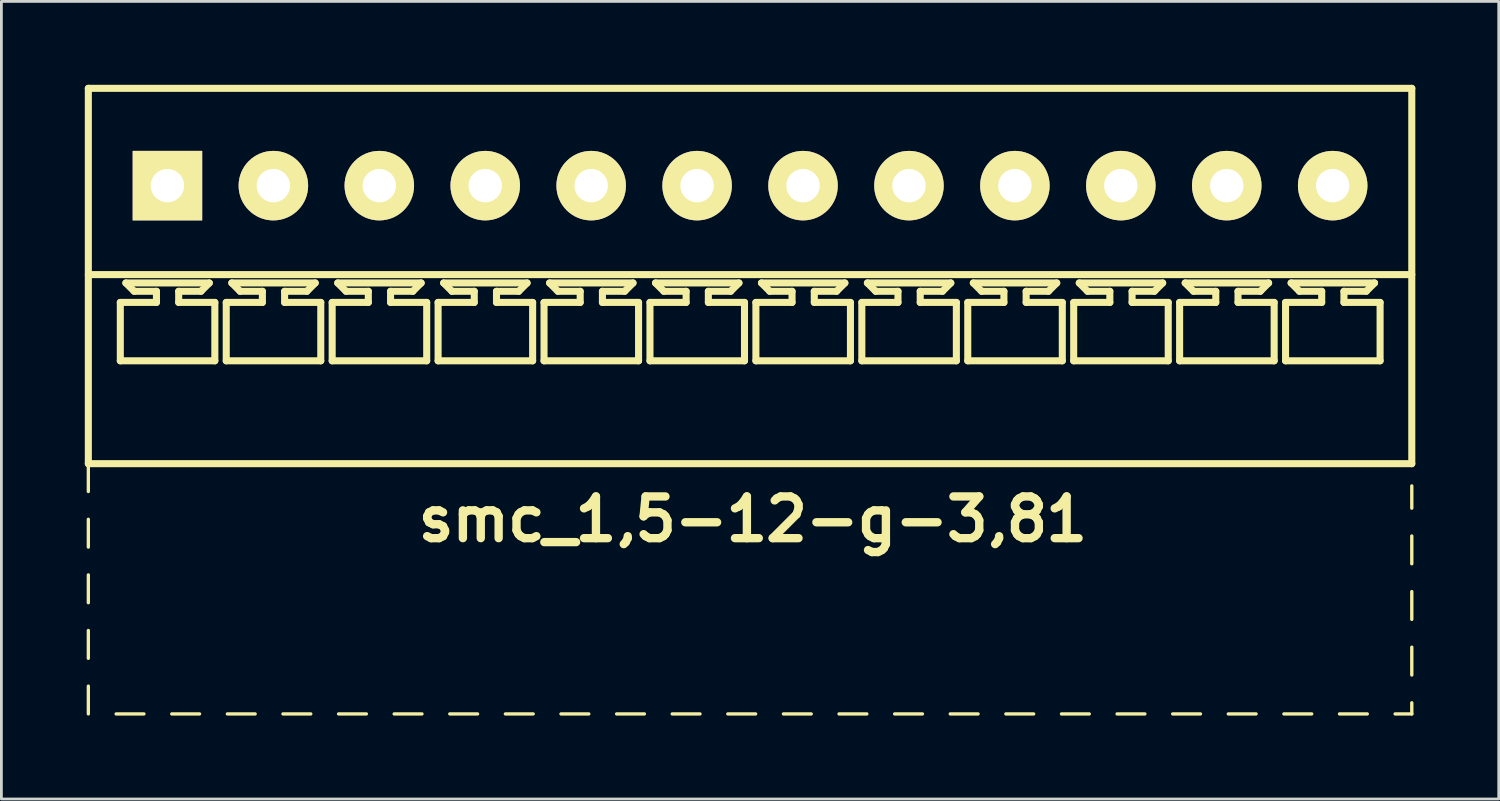
<source format=kicad_pcb>
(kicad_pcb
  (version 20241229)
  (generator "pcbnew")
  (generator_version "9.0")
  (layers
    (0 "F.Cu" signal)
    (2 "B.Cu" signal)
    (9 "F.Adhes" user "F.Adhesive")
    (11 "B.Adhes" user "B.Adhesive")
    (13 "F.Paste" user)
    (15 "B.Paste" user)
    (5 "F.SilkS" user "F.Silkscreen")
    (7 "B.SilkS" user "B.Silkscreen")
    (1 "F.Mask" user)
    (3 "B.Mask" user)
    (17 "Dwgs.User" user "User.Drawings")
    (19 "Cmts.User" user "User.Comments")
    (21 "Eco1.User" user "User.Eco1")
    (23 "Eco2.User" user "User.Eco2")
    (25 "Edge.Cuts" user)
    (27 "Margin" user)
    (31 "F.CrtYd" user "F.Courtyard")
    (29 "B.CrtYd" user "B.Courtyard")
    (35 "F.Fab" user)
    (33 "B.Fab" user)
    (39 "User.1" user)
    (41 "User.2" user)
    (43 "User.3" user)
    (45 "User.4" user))
  (footprint "smc_1,5-12-g-3,81"
    (layer "F.Cu")
    (at 23.927 3.627)
    (property "Reference" "smc_1,5-12-g-3,81" (at 0.1 12 0) (layer "F.SilkS") (effects (font (size 1.5 1.5) (thickness 0.3))))
    (attr through_hole)
    (fp_line (start -23.8 -3.5) (end -23.8 10) (stroke (width 0.254) (type solid)) (layer "F.SilkS"))
    (fp_line (start -23.8 -3.5) (end 23.8 -3.5) (stroke (width 0.254) (type solid)) (layer "F.SilkS"))
    (fp_line (start -23.8 3.2) (end 23.8 3.2) (stroke (width 0.254) (type solid)) (layer "F.SilkS"))
    (fp_line (start -23.8 10) (end -23.8 11) (stroke (width 0.12) (type solid)) (layer "F.SilkS"))
    (fp_line (start -23.8 10) (end 23.8 10) (stroke (width 0.254) (type solid)) (layer "F.SilkS"))
    (fp_line (start -23.8 12) (end -23.8 13) (stroke (width 0.12) (type solid)) (layer "F.SilkS"))
    (fp_line (start -23.8 14) (end -23.8 15) (stroke (width 0.12) (type solid)) (layer "F.SilkS"))
    (fp_line (start -23.8 16) (end -23.8 17) (stroke (width 0.12) (type solid)) (layer "F.SilkS"))
    (fp_line (start -23.8 18) (end -23.8 19) (stroke (width 0.12) (type solid)) (layer "F.SilkS"))
    (fp_line (start -22.8 19) (end -21.8 19) (stroke (width 0.12) (type solid)) (layer "F.SilkS"))
    (fp_line (start -22.65 4.2) (end -21.35 4.2) (stroke (width 0.254) (type solid)) (layer "F.SilkS"))
    (fp_line (start -22.65 6.3) (end -22.65 4.2) (stroke (width 0.254) (type solid)) (layer "F.SilkS"))
    (fp_line (start -22.45 3.5) (end -19.45 3.5) (stroke (width 0.254) (type solid)) (layer "F.SilkS"))
    (fp_line (start -22.15 3.8) (end -22.45 3.5) (stroke (width 0.254) (type solid)) (layer "F.SilkS"))
    (fp_line (start -21.35 3.8) (end -22.15 3.8) (stroke (width 0.254) (type solid)) (layer "F.SilkS"))
    (fp_line (start -21.35 4.2) (end -21.35 3.8) (stroke (width 0.254) (type solid)) (layer "F.SilkS"))
    (fp_line (start -20.8 19) (end -19.8 19) (stroke (width 0.12) (type solid)) (layer "F.SilkS"))
    (fp_line (start -20.55 3.8) (end -20.55 4.2) (stroke (width 0.254) (type solid)) (layer "F.SilkS"))
    (fp_line (start -20.55 4.2) (end -19.25 4.2) (stroke (width 0.254) (type solid)) (layer "F.SilkS"))
    (fp_line (start -19.75 3.8) (end -20.55 3.8) (stroke (width 0.254) (type solid)) (layer "F.SilkS"))
    (fp_line (start -19.75 3.8) (end -19.45 3.5) (stroke (width 0.254) (type solid)) (layer "F.SilkS"))
    (fp_line (start -19.25 4.2) (end -19.25 6.3) (stroke (width 0.254) (type solid)) (layer "F.SilkS"))
    (fp_line (start -19.25 6.3) (end -22.65 6.3) (stroke (width 0.254) (type solid)) (layer "F.SilkS"))
    (fp_line (start -18.84 4.2) (end -17.54 4.2) (stroke (width 0.254) (type solid)) (layer "F.SilkS"))
    (fp_line (start -18.84 6.3) (end -18.84 4.2) (stroke (width 0.254) (type solid)) (layer "F.SilkS"))
    (fp_line (start -18.8 19) (end -17.8 19) (stroke (width 0.12) (type solid)) (layer "F.SilkS"))
    (fp_line (start -18.64 3.5) (end -15.64 3.5) (stroke (width 0.254) (type solid)) (layer "F.SilkS"))
    (fp_line (start -18.34 3.8) (end -18.64 3.5) (stroke (width 0.254) (type solid)) (layer "F.SilkS"))
    (fp_line (start -17.54 3.8) (end -18.34 3.8) (stroke (width 0.254) (type solid)) (layer "F.SilkS"))
    (fp_line (start -17.54 4.2) (end -17.54 3.8) (stroke (width 0.254) (type solid)) (layer "F.SilkS"))
    (fp_line (start -16.8 19) (end -15.8 19) (stroke (width 0.12) (type solid)) (layer "F.SilkS"))
    (fp_line (start -16.74 3.8) (end -16.74 4.2) (stroke (width 0.254) (type solid)) (layer "F.SilkS"))
    (fp_line (start -16.74 4.2) (end -15.44 4.2) (stroke (width 0.254) (type solid)) (layer "F.SilkS"))
    (fp_line (start -15.94 3.8) (end -16.74 3.8) (stroke (width 0.254) (type solid)) (layer "F.SilkS"))
    (fp_line (start -15.94 3.8) (end -15.64 3.5) (stroke (width 0.254) (type solid)) (layer "F.SilkS"))
    (fp_line (start -15.44 4.2) (end -15.44 6.3) (stroke (width 0.254) (type solid)) (layer "F.SilkS"))
    (fp_line (start -15.44 6.3) (end -18.84 6.3) (stroke (width 0.254) (type solid)) (layer "F.SilkS"))
    (fp_line (start -15.03 4.2) (end -13.73 4.2) (stroke (width 0.254) (type solid)) (layer "F.SilkS"))
    (fp_line (start -15.03 6.3) (end -15.03 4.2) (stroke (width 0.254) (type solid)) (layer "F.SilkS"))
    (fp_line (start -14.83 3.5) (end -11.83 3.5) (stroke (width 0.254) (type solid)) (layer "F.SilkS"))
    (fp_line (start -14.8 19) (end -13.8 19) (stroke (width 0.12) (type solid)) (layer "F.SilkS"))
    (fp_line (start -14.53 3.8) (end -14.83 3.5) (stroke (width 0.254) (type solid)) (layer "F.SilkS"))
    (fp_line (start -13.73 3.8) (end -14.53 3.8) (stroke (width 0.254) (type solid)) (layer "F.SilkS"))
    (fp_line (start -13.73 4.2) (end -13.73 3.8) (stroke (width 0.254) (type solid)) (layer "F.SilkS"))
    (fp_line (start -12.93 3.8) (end -12.93 4.2) (stroke (width 0.254) (type solid)) (layer "F.SilkS"))
    (fp_line (start -12.93 4.2) (end -11.63 4.2) (stroke (width 0.254) (type solid)) (layer "F.SilkS"))
    (fp_line (start -12.8 19) (end -11.8 19) (stroke (width 0.12) (type solid)) (layer "F.SilkS"))
    (fp_line (start -12.13 3.8) (end -12.93 3.8) (stroke (width 0.254) (type solid)) (layer "F.SilkS"))
    (fp_line (start -12.13 3.8) (end -11.83 3.5) (stroke (width 0.254) (type solid)) (layer "F.SilkS"))
    (fp_line (start -11.63 4.2) (end -11.63 6.3) (stroke (width 0.254) (type solid)) (layer "F.SilkS"))
    (fp_line (start -11.63 6.3) (end -15.03 6.3) (stroke (width 0.254) (type solid)) (layer "F.SilkS"))
    (fp_line (start -11.22 4.2) (end -9.92 4.2) (stroke (width 0.254) (type solid)) (layer "F.SilkS"))
    (fp_line (start -11.22 6.3) (end -11.22 4.2) (stroke (width 0.254) (type solid)) (layer "F.SilkS"))
    (fp_line (start -11.02 3.5) (end -8.02 3.5) (stroke (width 0.254) (type solid)) (layer "F.SilkS"))
    (fp_line (start -10.8 19) (end -9.8 19) (stroke (width 0.12) (type solid)) (layer "F.SilkS"))
    (fp_line (start -10.72 3.8) (end -11.02 3.5) (stroke (width 0.254) (type solid)) (layer "F.SilkS"))
    (fp_line (start -9.92 3.8) (end -10.72 3.8) (stroke (width 0.254) (type solid)) (layer "F.SilkS"))
    (fp_line (start -9.92 4.2) (end -9.92 3.8) (stroke (width 0.254) (type solid)) (layer "F.SilkS"))
    (fp_line (start -9.12 3.8) (end -9.12 4.2) (stroke (width 0.254) (type solid)) (layer "F.SilkS"))
    (fp_line (start -9.12 4.2) (end -7.82 4.2) (stroke (width 0.254) (type solid)) (layer "F.SilkS"))
    (fp_line (start -8.8 19) (end -7.8 19) (stroke (width 0.12) (type solid)) (layer "F.SilkS"))
    (fp_line (start -8.32 3.8) (end -9.12 3.8) (stroke (width 0.254) (type solid)) (layer "F.SilkS"))
    (fp_line (start -8.32 3.8) (end -8.02 3.5) (stroke (width 0.254) (type solid)) (layer "F.SilkS"))
    (fp_line (start -7.82 4.2) (end -7.82 6.3) (stroke (width 0.254) (type solid)) (layer "F.SilkS"))
    (fp_line (start -7.82 6.3) (end -11.22 6.3) (stroke (width 0.254) (type solid)) (layer "F.SilkS"))
    (fp_line (start -7.41 4.2) (end -6.11 4.2) (stroke (width 0.254) (type solid)) (layer "F.SilkS"))
    (fp_line (start -7.41 6.3) (end -7.41 4.2) (stroke (width 0.254) (type solid)) (layer "F.SilkS"))
    (fp_line (start -7.21 3.5) (end -4.21 3.5) (stroke (width 0.254) (type solid)) (layer "F.SilkS"))
    (fp_line (start -6.91 3.8) (end -7.21 3.5) (stroke (width 0.254) (type solid)) (layer "F.SilkS"))
    (fp_line (start -6.8 19) (end -5.8 19) (stroke (width 0.12) (type solid)) (layer "F.SilkS"))
    (fp_line (start -6.11 3.8) (end -6.91 3.8) (stroke (width 0.254) (type solid)) (layer "F.SilkS"))
    (fp_line (start -6.11 4.2) (end -6.11 3.8) (stroke (width 0.254) (type solid)) (layer "F.SilkS"))
    (fp_line (start -5.31 3.8) (end -5.31 4.2) (stroke (width 0.254) (type solid)) (layer "F.SilkS"))
    (fp_line (start -5.31 4.2) (end -4.01 4.2) (stroke (width 0.254) (type solid)) (layer "F.SilkS"))
    (fp_line (start -4.8 19) (end -3.8 19) (stroke (width 0.12) (type solid)) (layer "F.SilkS"))
    (fp_line (start -4.51 3.8) (end -5.31 3.8) (stroke (width 0.254) (type solid)) (layer "F.SilkS"))
    (fp_line (start -4.51 3.8) (end -4.21 3.5) (stroke (width 0.254) (type solid)) (layer "F.SilkS"))
    (fp_line (start -4.01 4.2) (end -4.01 6.3) (stroke (width 0.254) (type solid)) (layer "F.SilkS"))
    (fp_line (start -4.01 6.3) (end -7.41 6.3) (stroke (width 0.254) (type solid)) (layer "F.SilkS"))
    (fp_line (start -3.6 4.2) (end -2.3 4.2) (stroke (width 0.254) (type solid)) (layer "F.SilkS"))
    (fp_line (start -3.6 6.3) (end -3.6 4.2) (stroke (width 0.254) (type solid)) (layer "F.SilkS"))
    (fp_line (start -3.4 3.5) (end -0.4 3.5) (stroke (width 0.254) (type solid)) (layer "F.SilkS"))
    (fp_line (start -3.1 3.8) (end -3.4 3.5) (stroke (width 0.254) (type solid)) (layer "F.SilkS"))
    (fp_line (start -2.8 19) (end -1.8 19) (stroke (width 0.12) (type solid)) (layer "F.SilkS"))
    (fp_line (start -2.3 3.8) (end -3.1 3.8) (stroke (width 0.254) (type solid)) (layer "F.SilkS"))
    (fp_line (start -2.3 4.2) (end -2.3 3.8) (stroke (width 0.254) (type solid)) (layer "F.SilkS"))
    (fp_line (start -1.5 3.8) (end -1.5 4.2) (stroke (width 0.254) (type solid)) (layer "F.SilkS"))
    (fp_line (start -1.5 4.2) (end -0.2 4.2) (stroke (width 0.254) (type solid)) (layer "F.SilkS"))
    (fp_line (start -0.8 19) (end 0.2 19) (stroke (width 0.12) (type solid)) (layer "F.SilkS"))
    (fp_line (start -0.7 3.8) (end -1.5 3.8) (stroke (width 0.254) (type solid)) (layer "F.SilkS"))
    (fp_line (start -0.7 3.8) (end -0.4 3.5) (stroke (width 0.254) (type solid)) (layer "F.SilkS"))
    (fp_line (start -0.2 4.2) (end -0.2 6.3) (stroke (width 0.254) (type solid)) (layer "F.SilkS"))
    (fp_line (start -0.2 6.3) (end -3.6 6.3) (stroke (width 0.254) (type solid)) (layer "F.SilkS"))
    (fp_line (start 0.21 4.2) (end 1.51 4.2) (stroke (width 0.254) (type solid)) (layer "F.SilkS"))
    (fp_line (start 0.21 6.3) (end 0.21 4.2) (stroke (width 0.254) (type solid)) (layer "F.SilkS"))
    (fp_line (start 0.41 3.5) (end 3.41 3.5) (stroke (width 0.254) (type solid)) (layer "F.SilkS"))
    (fp_line (start 0.71 3.8) (end 0.41 3.5) (stroke (width 0.254) (type solid)) (layer "F.SilkS"))
    (fp_line (start 1.2 19) (end 2.2 19) (stroke (width 0.12) (type solid)) (layer "F.SilkS"))
    (fp_line (start 1.51 3.8) (end 0.71 3.8) (stroke (width 0.254) (type solid)) (layer "F.SilkS"))
    (fp_line (start 1.51 4.2) (end 1.51 3.8) (stroke (width 0.254) (type solid)) (layer "F.SilkS"))
    (fp_line (start 2.31 3.8) (end 2.31 4.2) (stroke (width 0.254) (type solid)) (layer "F.SilkS"))
    (fp_line (start 2.31 4.2) (end 3.61 4.2) (stroke (width 0.254) (type solid)) (layer "F.SilkS"))
    (fp_line (start 3.11 3.8) (end 2.31 3.8) (stroke (width 0.254) (type solid)) (layer "F.SilkS"))
    (fp_line (start 3.11 3.8) (end 3.41 3.5) (stroke (width 0.254) (type solid)) (layer "F.SilkS"))
    (fp_line (start 3.2 19) (end 4.2 19) (stroke (width 0.12) (type solid)) (layer "F.SilkS"))
    (fp_line (start 3.61 4.2) (end 3.61 6.3) (stroke (width 0.254) (type solid)) (layer "F.SilkS"))
    (fp_line (start 3.61 6.3) (end 0.21 6.3) (stroke (width 0.254) (type solid)) (layer "F.SilkS"))
    (fp_line (start 4.02 4.2) (end 5.32 4.2) (stroke (width 0.254) (type solid)) (layer "F.SilkS"))
    (fp_line (start 4.02 6.3) (end 4.02 4.2) (stroke (width 0.254) (type solid)) (layer "F.SilkS"))
    (fp_line (start 4.22 3.5) (end 7.22 3.5) (stroke (width 0.254) (type solid)) (layer "F.SilkS"))
    (fp_line (start 4.52 3.8) (end 4.22 3.5) (stroke (width 0.254) (type solid)) (layer "F.SilkS"))
    (fp_line (start 5.2 19) (end 6.2 19) (stroke (width 0.12) (type solid)) (layer "F.SilkS"))
    (fp_line (start 5.32 3.8) (end 4.52 3.8) (stroke (width 0.254) (type solid)) (layer "F.SilkS"))
    (fp_line (start 5.32 4.2) (end 5.32 3.8) (stroke (width 0.254) (type solid)) (layer "F.SilkS"))
    (fp_line (start 6.12 3.8) (end 6.12 4.2) (stroke (width 0.254) (type solid)) (layer "F.SilkS"))
    (fp_line (start 6.12 4.2) (end 7.42 4.2) (stroke (width 0.254) (type solid)) (layer "F.SilkS"))
    (fp_line (start 6.92 3.8) (end 6.12 3.8) (stroke (width 0.254) (type solid)) (layer "F.SilkS"))
    (fp_line (start 6.92 3.8) (end 7.22 3.5) (stroke (width 0.254) (type solid)) (layer "F.SilkS"))
    (fp_line (start 7.2 19) (end 8.2 19) (stroke (width 0.12) (type solid)) (layer "F.SilkS"))
    (fp_line (start 7.42 4.2) (end 7.42 6.3) (stroke (width 0.254) (type solid)) (layer "F.SilkS"))
    (fp_line (start 7.42 6.3) (end 4.02 6.3) (stroke (width 0.254) (type solid)) (layer "F.SilkS"))
    (fp_line (start 7.83 4.2) (end 9.13 4.2) (stroke (width 0.254) (type solid)) (layer "F.SilkS"))
    (fp_line (start 7.83 6.3) (end 7.83 4.2) (stroke (width 0.254) (type solid)) (layer "F.SilkS"))
    (fp_line (start 8.03 3.5) (end 11.03 3.5) (stroke (width 0.254) (type solid)) (layer "F.SilkS"))
    (fp_line (start 8.33 3.8) (end 8.03 3.5) (stroke (width 0.254) (type solid)) (layer "F.SilkS"))
    (fp_line (start 9.13 3.8) (end 8.33 3.8) (stroke (width 0.254) (type solid)) (layer "F.SilkS"))
    (fp_line (start 9.13 4.2) (end 9.13 3.8) (stroke (width 0.254) (type solid)) (layer "F.SilkS"))
    (fp_line (start 9.2 19) (end 10.2 19) (stroke (width 0.12) (type solid)) (layer "F.SilkS"))
    (fp_line (start 9.93 3.8) (end 9.93 4.2) (stroke (width 0.254) (type solid)) (layer "F.SilkS"))
    (fp_line (start 9.93 4.2) (end 11.23 4.2) (stroke (width 0.254) (type solid)) (layer "F.SilkS"))
    (fp_line (start 10.73 3.8) (end 9.93 3.8) (stroke (width 0.254) (type solid)) (layer "F.SilkS"))
    (fp_line (start 10.73 3.8) (end 11.03 3.5) (stroke (width 0.254) (type solid)) (layer "F.SilkS"))
    (fp_line (start 11.2 19) (end 12.2 19) (stroke (width 0.12) (type solid)) (layer "F.SilkS"))
    (fp_line (start 11.23 4.2) (end 11.23 6.3) (stroke (width 0.254) (type solid)) (layer "F.SilkS"))
    (fp_line (start 11.23 6.3) (end 7.83 6.3) (stroke (width 0.254) (type solid)) (layer "F.SilkS"))
    (fp_line (start 11.64 4.2) (end 12.94 4.2) (stroke (width 0.254) (type solid)) (layer "F.SilkS"))
    (fp_line (start 11.64 6.3) (end 11.64 4.2) (stroke (width 0.254) (type solid)) (layer "F.SilkS"))
    (fp_line (start 11.84 3.5) (end 14.84 3.5) (stroke (width 0.254) (type solid)) (layer "F.SilkS"))
    (fp_line (start 12.14 3.8) (end 11.84 3.5) (stroke (width 0.254) (type solid)) (layer "F.SilkS"))
    (fp_line (start 12.94 3.8) (end 12.14 3.8) (stroke (width 0.254) (type solid)) (layer "F.SilkS"))
    (fp_line (start 12.94 4.2) (end 12.94 3.8) (stroke (width 0.254) (type solid)) (layer "F.SilkS"))
    (fp_line (start 13.2 19) (end 14.2 19) (stroke (width 0.12) (type solid)) (layer "F.SilkS"))
    (fp_line (start 13.74 3.8) (end 13.74 4.2) (stroke (width 0.254) (type solid)) (layer "F.SilkS"))
    (fp_line (start 13.74 4.2) (end 15.04 4.2) (stroke (width 0.254) (type solid)) (layer "F.SilkS"))
    (fp_line (start 14.54 3.8) (end 13.74 3.8) (stroke (width 0.254) (type solid)) (layer "F.SilkS"))
    (fp_line (start 14.54 3.8) (end 14.84 3.5) (stroke (width 0.254) (type solid)) (layer "F.SilkS"))
    (fp_line (start 15.04 4.2) (end 15.04 6.3) (stroke (width 0.254) (type solid)) (layer "F.SilkS"))
    (fp_line (start 15.04 6.3) (end 11.64 6.3) (stroke (width 0.254) (type solid)) (layer "F.SilkS"))
    (fp_line (start 15.2 19) (end 16.2 19) (stroke (width 0.12) (type solid)) (layer "F.SilkS"))
    (fp_line (start 15.45 4.2) (end 16.75 4.2) (stroke (width 0.254) (type solid)) (layer "F.SilkS"))
    (fp_line (start 15.45 6.3) (end 15.45 4.2) (stroke (width 0.254) (type solid)) (layer "F.SilkS"))
    (fp_line (start 15.65 3.5) (end 18.65 3.5) (stroke (width 0.254) (type solid)) (layer "F.SilkS"))
    (fp_line (start 15.95 3.8) (end 15.65 3.5) (stroke (width 0.254) (type solid)) (layer "F.SilkS"))
    (fp_line (start 16.75 3.8) (end 15.95 3.8) (stroke (width 0.254) (type solid)) (layer "F.SilkS"))
    (fp_line (start 16.75 4.2) (end 16.75 3.8) (stroke (width 0.254) (type solid)) (layer "F.SilkS"))
    (fp_line (start 17.2 19) (end 18.2 19) (stroke (width 0.12) (type solid)) (layer "F.SilkS"))
    (fp_line (start 17.55 3.8) (end 17.55 4.2) (stroke (width 0.254) (type solid)) (layer "F.SilkS"))
    (fp_line (start 17.55 4.2) (end 18.85 4.2) (stroke (width 0.254) (type solid)) (layer "F.SilkS"))
    (fp_line (start 18.35 3.8) (end 17.55 3.8) (stroke (width 0.254) (type solid)) (layer "F.SilkS"))
    (fp_line (start 18.35 3.8) (end 18.65 3.5) (stroke (width 0.254) (type solid)) (layer "F.SilkS"))
    (fp_line (start 18.85 4.2) (end 18.85 6.3) (stroke (width 0.254) (type solid)) (layer "F.SilkS"))
    (fp_line (start 18.85 6.3) (end 15.45 6.3) (stroke (width 0.254) (type solid)) (layer "F.SilkS"))
    (fp_line (start 19.2 19) (end 20.2 19) (stroke (width 0.12) (type solid)) (layer "F.SilkS"))
    (fp_line (start 19.26 4.2) (end 20.56 4.2) (stroke (width 0.254) (type solid)) (layer "F.SilkS"))
    (fp_line (start 19.26 6.3) (end 19.26 4.2) (stroke (width 0.254) (type solid)) (layer "F.SilkS"))
    (fp_line (start 19.46 3.5) (end 22.46 3.5) (stroke (width 0.254) (type solid)) (layer "F.SilkS"))
    (fp_line (start 19.76 3.8) (end 19.46 3.5) (stroke (width 0.254) (type solid)) (layer "F.SilkS"))
    (fp_line (start 20.56 3.8) (end 19.76 3.8) (stroke (width 0.254) (type solid)) (layer "F.SilkS"))
    (fp_line (start 20.56 4.2) (end 20.56 3.8) (stroke (width 0.254) (type solid)) (layer "F.SilkS"))
    (fp_line (start 21.2 19) (end 22.2 19) (stroke (width 0.12) (type solid)) (layer "F.SilkS"))
    (fp_line (start 21.36 3.8) (end 21.36 4.2) (stroke (width 0.254) (type solid)) (layer "F.SilkS"))
    (fp_line (start 21.36 4.2) (end 22.66 4.2) (stroke (width 0.254) (type solid)) (layer "F.SilkS"))
    (fp_line (start 22.16 3.8) (end 21.36 3.8) (stroke (width 0.254) (type solid)) (layer "F.SilkS"))
    (fp_line (start 22.16 3.8) (end 22.46 3.5) (stroke (width 0.254) (type solid)) (layer "F.SilkS"))
    (fp_line (start 22.66 4.2) (end 22.66 6.3) (stroke (width 0.254) (type solid)) (layer "F.SilkS"))
    (fp_line (start 22.66 6.3) (end 19.26 6.3) (stroke (width 0.254) (type solid)) (layer "F.SilkS"))
    (fp_line (start 23.2 19) (end 23.8 19) (stroke (width 0.12) (type solid)) (layer "F.SilkS"))
    (fp_line (start 23.8 -3.5) (end 23.8 10) (stroke (width 0.254) (type solid)) (layer "F.SilkS"))
    (fp_line (start 23.8 11.6) (end 23.8 10.8) (stroke (width 0.12) (type solid)) (layer "F.SilkS"))
    (fp_line (start 23.8 13.6) (end 23.8 12.6) (stroke (width 0.12) (type solid)) (layer "F.SilkS"))
    (fp_line (start 23.8 14.6) (end 23.8 15.6) (stroke (width 0.12) (type solid)) (layer "F.SilkS"))
    (fp_line (start 23.8 16.6) (end 23.8 17.6) (stroke (width 0.12) (type solid)) (layer "F.SilkS"))
    (fp_line (start 23.8 18.6) (end 23.8 19) (stroke (width 0.12) (type solid)) (layer "F.SilkS"))
    (pad "1" thru_hole rect (at -20.955 0) (size 2.5 2.5) (drill 1.2) (layers "*.Cu" "*.Mask" "F.SilkS"))
    (pad "2" thru_hole circle (at -17.145 0) (size 2.5 2.5) (drill 1.2) (layers "*.Cu" "*.Mask" "F.SilkS"))
    (pad "3" thru_hole circle (at -13.335 0) (size 2.5 2.5) (drill 1.2) (layers "*.Cu" "*.Mask" "F.SilkS"))
    (pad "4" thru_hole circle (at -9.525 0) (size 2.5 2.5) (drill 1.2) (layers "*.Cu" "*.Mask" "F.SilkS"))
    (pad "5" thru_hole circle (at -5.715 0) (size 2.5 2.5) (drill 1.2) (layers "*.Cu" "*.Mask" "F.SilkS"))
    (pad "6" thru_hole circle (at -1.905 0) (size 2.5 2.5) (drill 1.2) (layers "*.Cu" "*.Mask" "F.SilkS"))
    (pad "7" thru_hole circle (at 1.905 0) (size 2.5 2.5) (drill 1.2) (layers "*.Cu" "*.Mask" "F.SilkS"))
    (pad "8" thru_hole circle (at 5.715 0) (size 2.5 2.5) (drill 1.2) (layers "*.Cu" "*.Mask" "F.SilkS"))
    (pad "9" thru_hole circle (at 9.525 0) (size 2.5 2.5) (drill 1.2) (layers "*.Cu" "*.Mask" "F.SilkS"))
    (pad "10" thru_hole circle (at 13.335 0) (size 2.5 2.5) (drill 1.2) (layers "*.Cu" "*.Mask" "F.SilkS"))
    (pad "11" thru_hole circle (at 17.145 0) (size 2.5 2.5) (drill 1.2) (layers "*.Cu" "*.Mask" "F.SilkS"))
    (pad "12" thru_hole circle (at 20.955 0) (size 2.5 2.5) (drill 1.2) (layers "*.Cu" "*.Mask" "F.SilkS")))
  (gr_rect
    (start -3 -3)
    (end 50.854 25.687)
    (stroke (width 0.1) (type default))
    (fill no)
    (layer "Edge.Cuts")))
</source>
